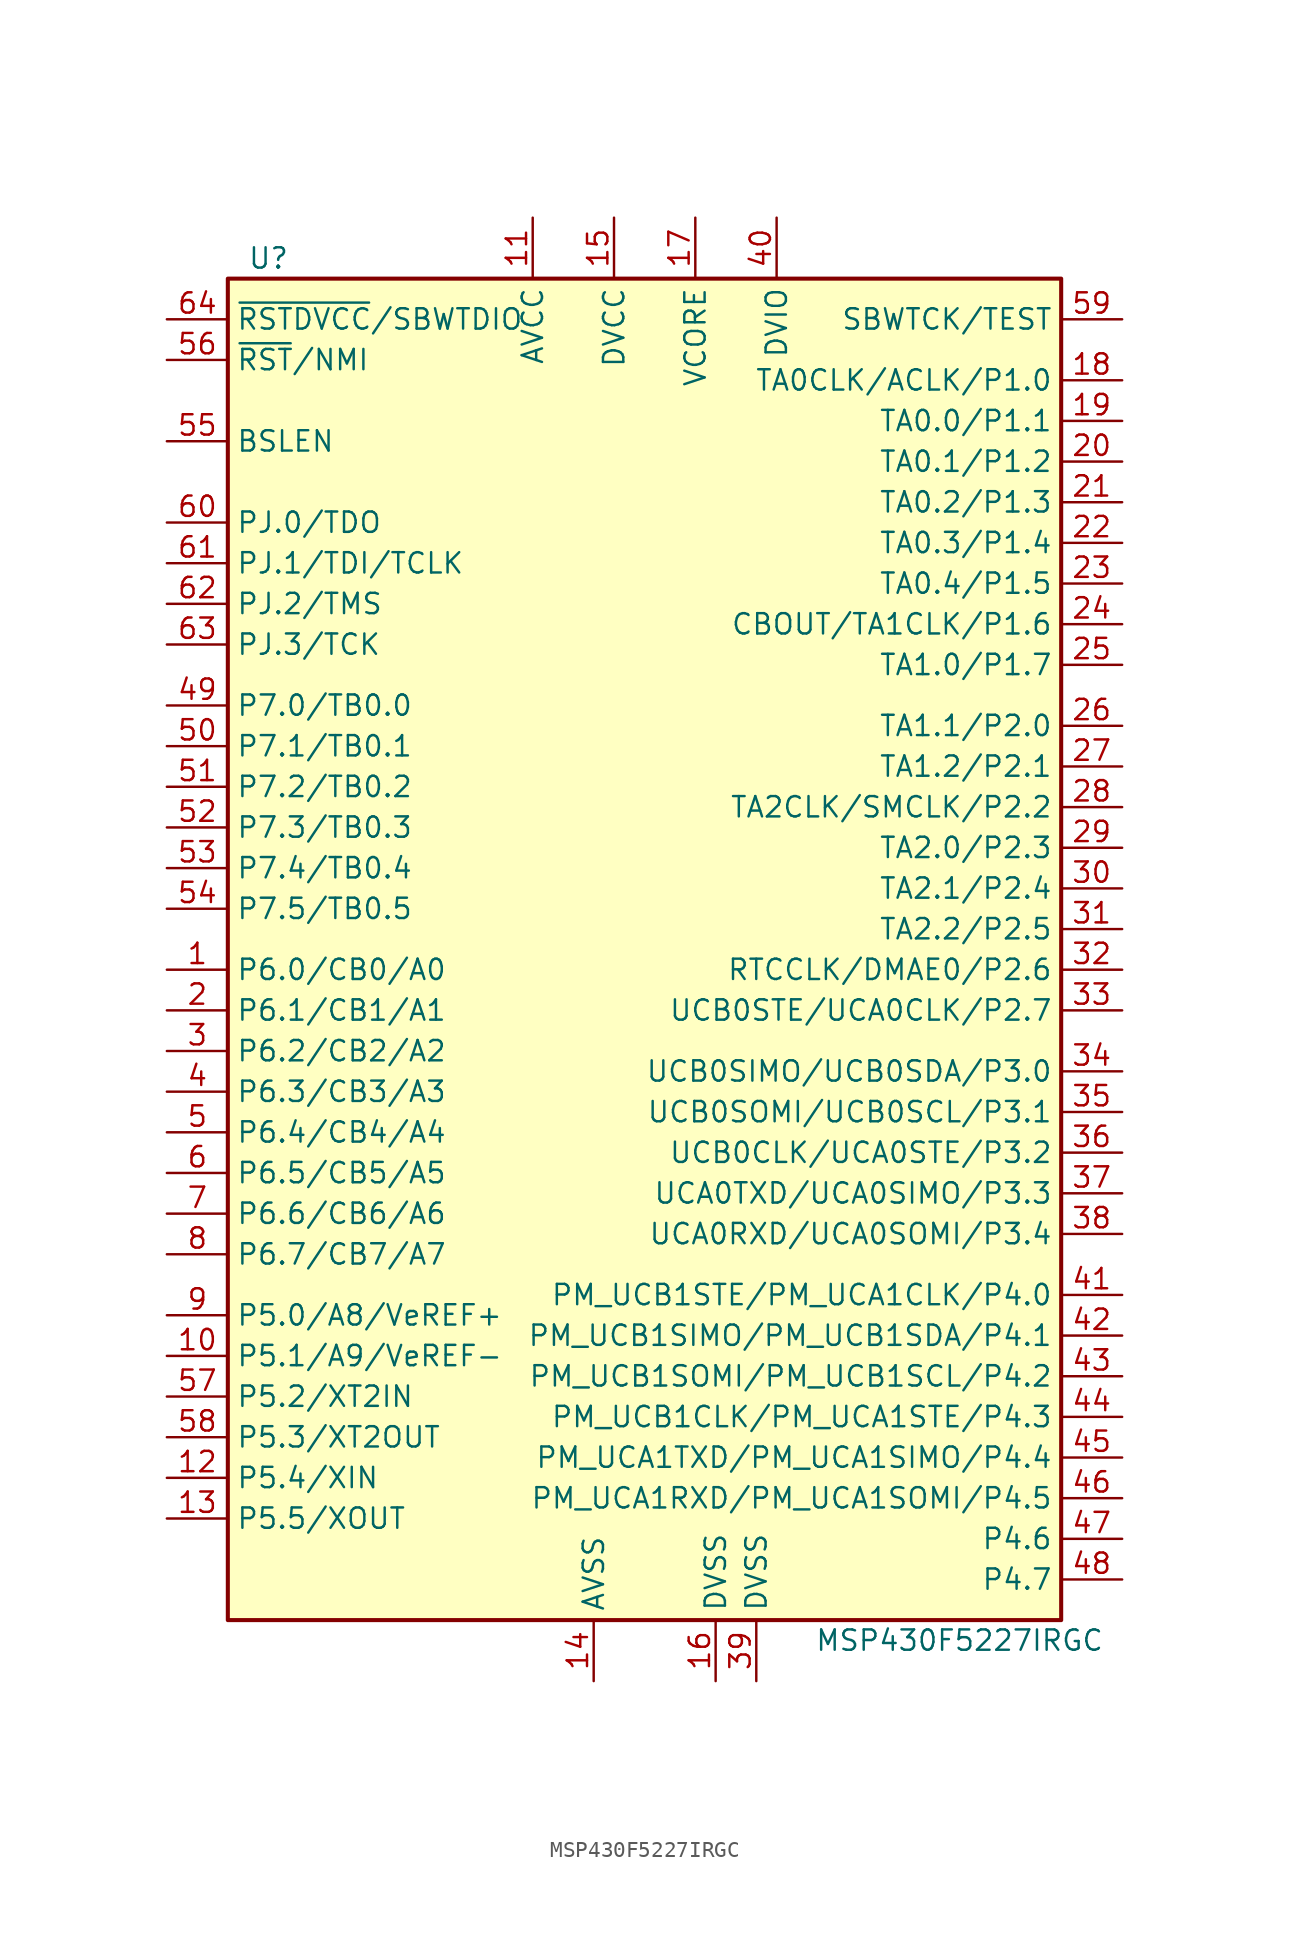
<source format=kicad_sym>
(kicad_symbol_lib
  (version 20201005)
  (generator kicad_symbol_editor)
  (symbol "MCU_Texas_MSP430:MSP430F5227IRGC"
    (property "Reference" "U"
      (at -24.13 43.18 0)
      (effects (font (size 1.27 1.27))))
    (property "Value" "MSP430F5227IRGC"
      (at 19.05 -43.18 0)
      (effects (font (size 1.27 1.27))))
    (symbol "MSP430F5227IRGC_0_1"
      (rectangle (start -26.67 41.91) (end 25.4 -41.91) (stroke (width 0.254)) (fill (type background))))
    (symbol "MSP430F5227IRGC_1_1"
      (pin bidirectional line (at -30.48 -1.27 0) (length 3.81) (name "P6.0/CB0/A0" (effects (font (size 1.27 1.27)))) (number "1" (effects (font (size 1.27 1.27)))))
      (pin bidirectional line (at -30.48 -25.4 0) (length 3.81) (name "P5.1/A9/VeREF-" (effects (font (size 1.27 1.27)))) (number "10" (effects (font (size 1.27 1.27)))))
      (pin power_in line (at -7.62 45.72 270) (length 3.81) (name "AVCC" (effects (font (size 1.27 1.27)))) (number "11" (effects (font (size 1.27 1.27)))))
      (pin bidirectional line (at -30.48 -33.02 0) (length 3.81) (name "P5.4/XIN" (effects (font (size 1.27 1.27)))) (number "12" (effects (font (size 1.27 1.27)))))
      (pin bidirectional line (at -30.48 -35.56 0) (length 3.81) (name "P5.5/XOUT" (effects (font (size 1.27 1.27)))) (number "13" (effects (font (size 1.27 1.27)))))
      (pin power_in line (at -3.81 -45.72 90) (length 3.81) (name "AVSS" (effects (font (size 1.27 1.27)))) (number "14" (effects (font (size 1.27 1.27)))))
      (pin power_in line (at -2.54 45.72 270) (length 3.81) (name "DVCC" (effects (font (size 1.27 1.27)))) (number "15" (effects (font (size 1.27 1.27)))))
      (pin power_in line (at 3.81 -45.72 90) (length 3.81) (name "DVSS" (effects (font (size 1.27 1.27)))) (number "16" (effects (font (size 1.27 1.27)))))
      (pin power_in line (at 2.54 45.72 270) (length 3.81) (name "VCORE" (effects (font (size 1.27 1.27)))) (number "17" (effects (font (size 1.27 1.27)))))
      (pin bidirectional line (at 29.21 35.56 180) (length 3.81) (name "TA0CLK/ACLK/P1.0" (effects (font (size 1.27 1.27)))) (number "18" (effects (font (size 1.27 1.27)))))
      (pin bidirectional line (at 29.21 33.02 180) (length 3.81) (name "TA0.0/P1.1" (effects (font (size 1.27 1.27)))) (number "19" (effects (font (size 1.27 1.27)))))
      (pin bidirectional line (at -30.48 -3.81 0) (length 3.81) (name "P6.1/CB1/A1" (effects (font (size 1.27 1.27)))) (number "2" (effects (font (size 1.27 1.27)))))
      (pin bidirectional line (at 29.21 30.48 180) (length 3.81) (name "TA0.1/P1.2" (effects (font (size 1.27 1.27)))) (number "20" (effects (font (size 1.27 1.27)))))
      (pin bidirectional line (at 29.21 27.94 180) (length 3.81) (name "TA0.2/P1.3" (effects (font (size 1.27 1.27)))) (number "21" (effects (font (size 1.27 1.27)))))
      (pin bidirectional line (at 29.21 25.4 180) (length 3.81) (name "TA0.3/P1.4" (effects (font (size 1.27 1.27)))) (number "22" (effects (font (size 1.27 1.27)))))
      (pin bidirectional line (at 29.21 22.86 180) (length 3.81) (name "TA0.4/P1.5" (effects (font (size 1.27 1.27)))) (number "23" (effects (font (size 1.27 1.27)))))
      (pin bidirectional line (at 29.21 20.32 180) (length 3.81) (name "CBOUT/TA1CLK/P1.6" (effects (font (size 1.27 1.27)))) (number "24" (effects (font (size 1.27 1.27)))))
      (pin bidirectional line (at 29.21 17.78 180) (length 3.81) (name "TA1.0/P1.7" (effects (font (size 1.27 1.27)))) (number "25" (effects (font (size 1.27 1.27)))))
      (pin bidirectional line (at 29.21 13.97 180) (length 3.81) (name "TA1.1/P2.0" (effects (font (size 1.27 1.27)))) (number "26" (effects (font (size 1.27 1.27)))))
      (pin bidirectional line (at 29.21 11.43 180) (length 3.81) (name "TA1.2/P2.1" (effects (font (size 1.27 1.27)))) (number "27" (effects (font (size 1.27 1.27)))))
      (pin bidirectional line (at 29.21 8.89 180) (length 3.81) (name "TA2CLK/SMCLK/P2.2" (effects (font (size 1.27 1.27)))) (number "28" (effects (font (size 1.27 1.27)))))
      (pin bidirectional line (at 29.21 6.35 180) (length 3.81) (name "TA2.0/P2.3" (effects (font (size 1.27 1.27)))) (number "29" (effects (font (size 1.27 1.27)))))
      (pin bidirectional line (at -30.48 -6.35 0) (length 3.81) (name "P6.2/CB2/A2" (effects (font (size 1.27 1.27)))) (number "3" (effects (font (size 1.27 1.27)))))
      (pin bidirectional line (at 29.21 3.81 180) (length 3.81) (name "TA2.1/P2.4" (effects (font (size 1.27 1.27)))) (number "30" (effects (font (size 1.27 1.27)))))
      (pin bidirectional line (at 29.21 1.27 180) (length 3.81) (name "TA2.2/P2.5" (effects (font (size 1.27 1.27)))) (number "31" (effects (font (size 1.27 1.27)))))
      (pin bidirectional line (at 29.21 -1.27 180) (length 3.81) (name "RTCCLK/DMAE0/P2.6" (effects (font (size 1.27 1.27)))) (number "32" (effects (font (size 1.27 1.27)))))
      (pin bidirectional line (at 29.21 -3.81 180) (length 3.81) (name "UCB0STE/UCA0CLK/P2.7" (effects (font (size 1.27 1.27)))) (number "33" (effects (font (size 1.27 1.27)))))
      (pin bidirectional line (at 29.21 -7.62 180) (length 3.81) (name "UCB0SIMO/UCB0SDA/P3.0" (effects (font (size 1.27 1.27)))) (number "34" (effects (font (size 1.27 1.27)))))
      (pin bidirectional line (at 29.21 -10.16 180) (length 3.81) (name "UCB0SOMI/UCB0SCL/P3.1" (effects (font (size 1.27 1.27)))) (number "35" (effects (font (size 1.27 1.27)))))
      (pin bidirectional line (at 29.21 -12.7 180) (length 3.81) (name "UCB0CLK/UCA0STE/P3.2" (effects (font (size 1.27 1.27)))) (number "36" (effects (font (size 1.27 1.27)))))
      (pin bidirectional line (at 29.21 -15.24 180) (length 3.81) (name "UCA0TXD/UCA0SIMO/P3.3" (effects (font (size 1.27 1.27)))) (number "37" (effects (font (size 1.27 1.27)))))
      (pin bidirectional line (at 29.21 -17.78 180) (length 3.81) (name "UCA0RXD/UCA0SOMI/P3.4" (effects (font (size 1.27 1.27)))) (number "38" (effects (font (size 1.27 1.27)))))
      (pin power_in line (at 6.35 -45.72 90) (length 3.81) (name "DVSS" (effects (font (size 1.27 1.27)))) (number "39" (effects (font (size 1.27 1.27)))))
      (pin bidirectional line (at -30.48 -8.89 0) (length 3.81) (name "P6.3/CB3/A3" (effects (font (size 1.27 1.27)))) (number "4" (effects (font (size 1.27 1.27)))))
      (pin power_in line (at 7.62 45.72 270) (length 3.81) (name "DVIO" (effects (font (size 1.27 1.27)))) (number "40" (effects (font (size 1.27 1.27)))))
      (pin bidirectional line (at 29.21 -21.59 180) (length 3.81) (name "PM_UCB1STE/PM_UCA1CLK/P4.0" (effects (font (size 1.27 1.27)))) (number "41" (effects (font (size 1.27 1.27)))))
      (pin bidirectional line (at 29.21 -24.13 180) (length 3.81) (name "PM_UCB1SIMO/PM_UCB1SDA/P4.1" (effects (font (size 1.27 1.27)))) (number "42" (effects (font (size 1.27 1.27)))))
      (pin bidirectional line (at 29.21 -26.67 180) (length 3.81) (name "PM_UCB1SOMI/PM_UCB1SCL/P4.2" (effects (font (size 1.27 1.27)))) (number "43" (effects (font (size 1.27 1.27)))))
      (pin bidirectional line (at 29.21 -29.21 180) (length 3.81) (name "PM_UCB1CLK/PM_UCA1STE/P4.3" (effects (font (size 1.27 1.27)))) (number "44" (effects (font (size 1.27 1.27)))))
      (pin bidirectional line (at 29.21 -31.75 180) (length 3.81) (name "PM_UCA1TXD/PM_UCA1SIMO/P4.4" (effects (font (size 1.27 1.27)))) (number "45" (effects (font (size 1.27 1.27)))))
      (pin bidirectional line (at 29.21 -34.29 180) (length 3.81) (name "PM_UCA1RXD/PM_UCA1SOMI/P4.5" (effects (font (size 1.27 1.27)))) (number "46" (effects (font (size 1.27 1.27)))))
      (pin bidirectional line (at 29.21 -36.83 180) (length 3.81) (name "P4.6" (effects (font (size 1.27 1.27)))) (number "47" (effects (font (size 1.27 1.27)))))
      (pin bidirectional line (at 29.21 -39.37 180) (length 3.81) (name "P4.7" (effects (font (size 1.27 1.27)))) (number "48" (effects (font (size 1.27 1.27)))))
      (pin bidirectional line (at -30.48 15.24 0) (length 3.81) (name "P7.0/TB0.0" (effects (font (size 1.27 1.27)))) (number "49" (effects (font (size 1.27 1.27)))))
      (pin bidirectional line (at -30.48 -11.43 0) (length 3.81) (name "P6.4/CB4/A4" (effects (font (size 1.27 1.27)))) (number "5" (effects (font (size 1.27 1.27)))))
      (pin bidirectional line (at -30.48 12.7 0) (length 3.81) (name "P7.1/TB0.1" (effects (font (size 1.27 1.27)))) (number "50" (effects (font (size 1.27 1.27)))))
      (pin bidirectional line (at -30.48 10.16 0) (length 3.81) (name "P7.2/TB0.2" (effects (font (size 1.27 1.27)))) (number "51" (effects (font (size 1.27 1.27)))))
      (pin bidirectional line (at -30.48 7.62 0) (length 3.81) (name "P7.3/TB0.3" (effects (font (size 1.27 1.27)))) (number "52" (effects (font (size 1.27 1.27)))))
      (pin bidirectional line (at -30.48 5.08 0) (length 3.81) (name "P7.4/TB0.4" (effects (font (size 1.27 1.27)))) (number "53" (effects (font (size 1.27 1.27)))))
      (pin bidirectional line (at -30.48 2.54 0) (length 3.81) (name "P7.5/TB0.5" (effects (font (size 1.27 1.27)))) (number "54" (effects (font (size 1.27 1.27)))))
      (pin bidirectional line (at -30.48 31.75 0) (length 3.81) (name "BSLEN" (effects (font (size 1.27 1.27)))) (number "55" (effects (font (size 1.27 1.27)))))
      (pin input line (at -30.48 36.83 0) (length 3.81) (name "~RST~/NMI" (effects (font (size 1.27 1.27)))) (number "56" (effects (font (size 1.27 1.27)))))
      (pin bidirectional line (at -30.48 -27.94 0) (length 3.81) (name "P5.2/XT2IN" (effects (font (size 1.27 1.27)))) (number "57" (effects (font (size 1.27 1.27)))))
      (pin bidirectional line (at -30.48 -30.48 0) (length 3.81) (name "P5.3/XT2OUT" (effects (font (size 1.27 1.27)))) (number "58" (effects (font (size 1.27 1.27)))))
      (pin input line (at 29.21 39.37 180) (length 3.81) (name "SBWTCK/TEST" (effects (font (size 1.27 1.27)))) (number "59" (effects (font (size 1.27 1.27)))))
      (pin bidirectional line (at -30.48 -13.97 0) (length 3.81) (name "P6.5/CB5/A5" (effects (font (size 1.27 1.27)))) (number "6" (effects (font (size 1.27 1.27)))))
      (pin bidirectional line (at -30.48 26.67 0) (length 3.81) (name "PJ.0/TDO" (effects (font (size 1.27 1.27)))) (number "60" (effects (font (size 1.27 1.27)))))
      (pin bidirectional line (at -30.48 24.13 0) (length 3.81) (name "PJ.1/TDI/TCLK" (effects (font (size 1.27 1.27)))) (number "61" (effects (font (size 1.27 1.27)))))
      (pin bidirectional line (at -30.48 21.59 0) (length 3.81) (name "PJ.2/TMS" (effects (font (size 1.27 1.27)))) (number "62" (effects (font (size 1.27 1.27)))))
      (pin bidirectional line (at -30.48 19.05 0) (length 3.81) (name "PJ.3/TCK" (effects (font (size 1.27 1.27)))) (number "63" (effects (font (size 1.27 1.27)))))
      (pin bidirectional line (at -30.48 39.37 0) (length 3.81) (name "~RSTDVCC~/SBWTDIO" (effects (font (size 1.27 1.27)))) (number "64" (effects (font (size 1.27 1.27)))))
      (pin bidirectional line (at -30.48 -16.51 0) (length 3.81) (name "P6.6/CB6/A6" (effects (font (size 1.27 1.27)))) (number "7" (effects (font (size 1.27 1.27)))))
      (pin bidirectional line (at -30.48 -19.05 0) (length 3.81) (name "P6.7/CB7/A7" (effects (font (size 1.27 1.27)))) (number "8" (effects (font (size 1.27 1.27)))))
      (pin bidirectional line (at -30.48 -22.86 0) (length 3.81) (name "P5.0/A8/VeREF+" (effects (font (size 1.27 1.27)))) (number "9" (effects (font (size 1.27 1.27))))))))
</source>
